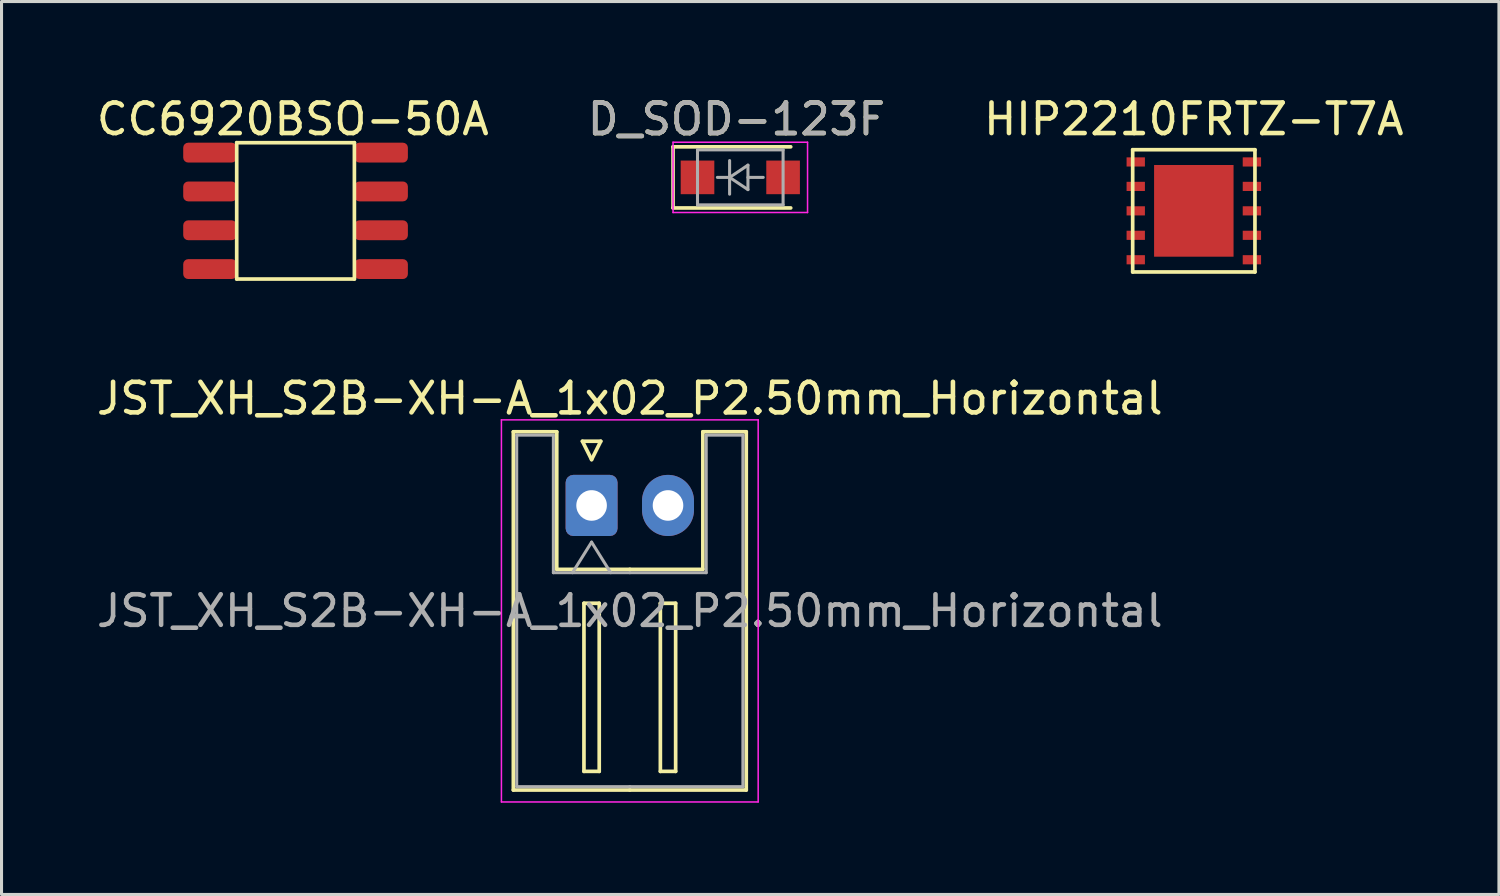
<source format=kicad_pcb>
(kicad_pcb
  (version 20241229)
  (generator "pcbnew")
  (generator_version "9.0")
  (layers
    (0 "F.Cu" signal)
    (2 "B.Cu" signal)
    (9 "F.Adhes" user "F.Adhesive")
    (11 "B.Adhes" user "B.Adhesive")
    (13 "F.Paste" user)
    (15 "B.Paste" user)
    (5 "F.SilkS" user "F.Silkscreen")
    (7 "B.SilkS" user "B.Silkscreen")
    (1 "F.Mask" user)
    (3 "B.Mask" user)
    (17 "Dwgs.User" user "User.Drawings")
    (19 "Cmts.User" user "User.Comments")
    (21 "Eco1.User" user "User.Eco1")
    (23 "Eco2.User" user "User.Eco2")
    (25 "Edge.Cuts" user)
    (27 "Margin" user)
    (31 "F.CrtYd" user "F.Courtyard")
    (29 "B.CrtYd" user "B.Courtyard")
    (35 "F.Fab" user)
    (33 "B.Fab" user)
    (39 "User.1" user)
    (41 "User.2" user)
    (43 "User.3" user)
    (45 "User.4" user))
  (footprint "JST_XH_S2B-XH-A_1x02_P2.50mm_Horizontal"
    (layer "F.Cu")
    (at 16.304 13.486)
    (property "Reference" "JST_XH_S2B-XH-A_1x02_P2.50mm_Horizontal" (at 1.25 -3.5 0) (layer "F.SilkS") (effects (font (size 1 1) (thickness 0.15))))
    (attr through_hole)
    (fp_line (start -2.56 -2.41) (end -1.14 -2.41) (stroke (width 0.12) (type solid)) (layer "F.SilkS"))
    (fp_line (start -2.56 9.31) (end -2.56 -2.41) (stroke (width 0.12) (type solid)) (layer "F.SilkS"))
    (fp_line (start -1.14 -2.41) (end -1.14 2.09) (stroke (width 0.12) (type solid)) (layer "F.SilkS"))
    (fp_line (start -1.14 2.09) (end 1.25 2.09) (stroke (width 0.12) (type solid)) (layer "F.SilkS"))
    (fp_line (start -0.3 -2.1) (end 0.3 -2.1) (stroke (width 0.12) (type solid)) (layer "F.SilkS"))
    (fp_line (start -0.25 3.2) (end -0.25 8.7) (stroke (width 0.12) (type solid)) (layer "F.SilkS"))
    (fp_line (start -0.25 8.7) (end 0.25 8.7) (stroke (width 0.12) (type solid)) (layer "F.SilkS"))
    (fp_line (start 0 -1.5) (end -0.3 -2.1) (stroke (width 0.12) (type solid)) (layer "F.SilkS"))
    (fp_line (start 0.25 3.2) (end -0.25 3.2) (stroke (width 0.12) (type solid)) (layer "F.SilkS"))
    (fp_line (start 0.25 8.7) (end 0.25 3.2) (stroke (width 0.12) (type solid)) (layer "F.SilkS"))
    (fp_line (start 0.3 -2.1) (end 0 -1.5) (stroke (width 0.12) (type solid)) (layer "F.SilkS"))
    (fp_line (start 1.25 9.31) (end -2.56 9.31) (stroke (width 0.12) (type solid)) (layer "F.SilkS"))
    (fp_line (start 1.25 9.31) (end 5.06 9.31) (stroke (width 0.12) (type solid)) (layer "F.SilkS"))
    (fp_line (start 2.25 3.2) (end 2.25 8.7) (stroke (width 0.12) (type solid)) (layer "F.SilkS"))
    (fp_line (start 2.25 8.7) (end 2.75 8.7) (stroke (width 0.12) (type solid)) (layer "F.SilkS"))
    (fp_line (start 2.75 3.2) (end 2.25 3.2) (stroke (width 0.12) (type solid)) (layer "F.SilkS"))
    (fp_line (start 2.75 8.7) (end 2.75 3.2) (stroke (width 0.12) (type solid)) (layer "F.SilkS"))
    (fp_line (start 3.64 -2.41) (end 3.64 2.09) (stroke (width 0.12) (type solid)) (layer "F.SilkS"))
    (fp_line (start 3.64 2.09) (end 1.25 2.09) (stroke (width 0.12) (type solid)) (layer "F.SilkS"))
    (fp_line (start 5.06 -2.41) (end 3.64 -2.41) (stroke (width 0.12) (type solid)) (layer "F.SilkS"))
    (fp_line (start 5.06 9.31) (end 5.06 -2.41) (stroke (width 0.12) (type solid)) (layer "F.SilkS"))
    (fp_line (start -2.95 -2.8) (end -2.95 9.7) (stroke (width 0.05) (type solid)) (layer "F.CrtYd"))
    (fp_line (start -2.95 9.7) (end 5.45 9.7) (stroke (width 0.05) (type solid)) (layer "F.CrtYd"))
    (fp_line (start 5.45 -2.8) (end -2.95 -2.8) (stroke (width 0.05) (type solid)) (layer "F.CrtYd"))
    (fp_line (start 5.45 9.7) (end 5.45 -2.8) (stroke (width 0.05) (type solid)) (layer "F.CrtYd"))
    (fp_line (start -2.45 -2.3) (end -1.25 -2.3) (stroke (width 0.1) (type solid)) (layer "F.Fab"))
    (fp_line (start -2.45 9.2) (end -2.45 -2.3) (stroke (width 0.1) (type solid)) (layer "F.Fab"))
    (fp_line (start -1.25 -2.3) (end -1.25 2.2) (stroke (width 0.1) (type solid)) (layer "F.Fab"))
    (fp_line (start -1.25 2.2) (end 1.25 2.2) (stroke (width 0.1) (type solid)) (layer "F.Fab"))
    (fp_line (start -0.625 2.2) (end 0 1.2) (stroke (width 0.1) (type solid)) (layer "F.Fab"))
    (fp_line (start 0 1.2) (end 0.625 2.2) (stroke (width 0.1) (type solid)) (layer "F.Fab"))
    (fp_line (start 1.25 9.2) (end -2.45 9.2) (stroke (width 0.1) (type solid)) (layer "F.Fab"))
    (fp_line (start 1.25 9.2) (end 4.95 9.2) (stroke (width 0.1) (type solid)) (layer "F.Fab"))
    (fp_line (start 3.75 -2.3) (end 3.75 2.2) (stroke (width 0.1) (type solid)) (layer "F.Fab"))
    (fp_line (start 3.75 2.2) (end 1.25 2.2) (stroke (width 0.1) (type solid)) (layer "F.Fab"))
    (fp_line (start 4.95 -2.3) (end 3.75 -2.3) (stroke (width 0.1) (type solid)) (layer "F.Fab"))
    (fp_line (start 4.95 9.2) (end 4.95 -2.3) (stroke (width 0.1) (type solid)) (layer "F.Fab"))
    (fp_text user "${REFERENCE}" (at 1.25 3.45 0) (layer "F.Fab") (effects (font (size 1 1) (thickness 0.15))))
    (pad "1" thru_hole roundrect (at 0 0) (size 1.7 2) (drill 1) (layers "*.Cu" "*.Mask") (roundrect_rratio 0.147))
    (pad "2" thru_hole oval (at 2.5 0) (size 1.7 2) (drill 1) (layers "*.Cu" "*.Mask")))
  (footprint "CC6920BSO-50A"
    (layer "F.Cu")
    (at 6.619 3.848)
    (property "Reference" "CC6920BSO-50A" (at -0.089 -3 180) (layer "F.SilkS") (effects (font (size 1 1) (thickness 0.15))))
    (attr smd)
    (fp_line (start -1.925 -2.23) (end -1.925 2.23) (stroke (width 0.12) (type solid)) (layer "F.SilkS"))
    (fp_line (start -1.925 -2.23) (end 1.925 -2.23) (stroke (width 0.12) (type solid)) (layer "F.SilkS"))
    (fp_line (start -1.925 2.23) (end 1.925 2.23) (stroke (width 0.12) (type solid)) (layer "F.SilkS"))
    (fp_line (start 1.925 -2.23) (end 1.925 2.23) (stroke (width 0.12) (type solid)) (layer "F.SilkS"))
    (pad "1" smd roundrect (at -2.8 -1.905) (size 1.75 0.65) (layers "F.Cu" "F.Mask" "F.Paste") (roundrect_rratio 0.25))
    (pad "2" smd roundrect (at -2.8 -0.635) (size 1.75 0.65) (layers "F.Cu" "F.Mask" "F.Paste") (roundrect_rratio 0.25))
    (pad "3" smd roundrect (at -2.8 0.635) (size 1.75 0.65) (layers "F.Cu" "F.Mask" "F.Paste") (roundrect_rratio 0.25))
    (pad "4" smd roundrect (at -2.8 1.905) (size 1.75 0.65) (layers "F.Cu" "F.Mask" "F.Paste") (roundrect_rratio 0.25))
    (pad "5" smd roundrect (at 2.8 1.905) (size 1.75 0.65) (layers "F.Cu" "F.Mask" "F.Paste") (roundrect_rratio 0.25))
    (pad "6" smd roundrect (at 2.8 0.635) (size 1.75 0.65) (layers "F.Cu" "F.Mask" "F.Paste") (roundrect_rratio 0.25))
    (pad "7" smd roundrect (at 2.8 -0.635) (size 1.75 0.65) (layers "F.Cu" "F.Mask" "F.Paste") (roundrect_rratio 0.25))
    (pad "8" smd roundrect (at 2.8 -1.905) (size 1.75 0.65) (layers "F.Cu" "F.Mask" "F.Paste") (roundrect_rratio 0.25)))
  (footprint "HIP2210FRTZ-T7A"
    (layer "F.Cu")
    (at 36.006 3.848)
    (property "Reference" "HIP2210FRTZ-T7A" (at 0 -3 180) (layer "F.SilkS") (effects (font (size 1 1) (thickness 0.15))))
    (attr smd)
    (fp_line (start -2 -2) (end -2 2) (stroke (width 0.12) (type solid)) (layer "F.SilkS"))
    (fp_line (start -2 2) (end 2 2) (stroke (width 0.12) (type solid)) (layer "F.SilkS"))
    (fp_line (start 2 -2) (end -2 -2) (stroke (width 0.12) (type solid)) (layer "F.SilkS"))
    (fp_line (start 2 -2) (end 2 2) (stroke (width 0.12) (type solid)) (layer "F.SilkS"))
    (pad "1" smd rect (at -1.9 -1.6) (size 0.6 0.3) (layers "F.Cu" "F.Mask" "F.Paste"))
    (pad "2" smd rect (at -1.9 -0.8) (size 0.6 0.3) (layers "F.Cu" "F.Mask" "F.Paste"))
    (pad "3" smd rect (at -1.9 0) (size 0.6 0.3) (layers "F.Cu" "F.Mask" "F.Paste"))
    (pad "4" smd rect (at -1.9 0.8) (size 0.6 0.3) (layers "F.Cu" "F.Mask" "F.Paste"))
    (pad "5" smd rect (at -1.9 1.6) (size 0.6 0.3) (layers "F.Cu" "F.Mask" "F.Paste"))
    (pad "6" smd rect (at 1.9 1.6) (size 0.6 0.3) (layers "F.Cu" "F.Mask" "F.Paste"))
    (pad "7" smd rect (at 1.9 0.8) (size 0.6 0.3) (layers "F.Cu" "F.Mask" "F.Paste"))
    (pad "8" smd rect (at 1.9 0) (size 0.6 0.3) (layers "F.Cu" "F.Mask" "F.Paste"))
    (pad "9" smd rect (at 1.9 -0.8) (size 0.6 0.3) (layers "F.Cu" "F.Mask" "F.Paste"))
    (pad "10" smd rect (at 1.9 -1.6) (size 0.6 0.3) (layers "F.Cu" "F.Mask" "F.Paste"))
    (pad "11" smd rect (at 0 0) (size 2.6 3) (layers "F.Cu" "F.Mask")))
  (footprint "D_SOD-123F"
    (layer "F.Cu")
    (at 21.169 2.753)
    (property "Reference" "D_SOD-123F" (at -0.127 -1.905 0) (layer "F.SilkS") (effects (font (size 1 1) (thickness 0.15))))
    (attr smd)
    (fp_line (start -2.2 -1) (end -2.2 1) (stroke (width 0.12) (type solid)) (layer "F.SilkS"))
    (fp_line (start -2.2 -1) (end 1.65 -1) (stroke (width 0.12) (type solid)) (layer "F.SilkS"))
    (fp_line (start -2.2 1) (end 1.65 1) (stroke (width 0.12) (type solid)) (layer "F.SilkS"))
    (fp_line (start -2.2 -1.15) (end -2.2 1.15) (stroke (width 0.05) (type solid)) (layer "F.CrtYd"))
    (fp_line (start -2.2 -1.15) (end 2.2 -1.15) (stroke (width 0.05) (type solid)) (layer "F.CrtYd"))
    (fp_line (start 2.2 -1.15) (end 2.2 1.15) (stroke (width 0.05) (type solid)) (layer "F.CrtYd"))
    (fp_line (start 2.2 1.15) (end -2.2 1.15) (stroke (width 0.05) (type solid)) (layer "F.CrtYd"))
    (fp_line (start -1.4 -0.9) (end 1.4 -0.9) (stroke (width 0.1) (type solid)) (layer "F.Fab"))
    (fp_line (start -1.4 0.9) (end -1.4 -0.9) (stroke (width 0.1) (type solid)) (layer "F.Fab"))
    (fp_line (start -0.75 0) (end -0.35 0) (stroke (width 0.1) (type solid)) (layer "F.Fab"))
    (fp_line (start -0.35 0) (end -0.35 -0.55) (stroke (width 0.1) (type solid)) (layer "F.Fab"))
    (fp_line (start -0.35 0) (end -0.35 0.55) (stroke (width 0.1) (type solid)) (layer "F.Fab"))
    (fp_line (start -0.35 0) (end 0.25 -0.4) (stroke (width 0.1) (type solid)) (layer "F.Fab"))
    (fp_line (start 0.25 -0.4) (end 0.25 0.4) (stroke (width 0.1) (type solid)) (layer "F.Fab"))
    (fp_line (start 0.25 0) (end 0.75 0) (stroke (width 0.1) (type solid)) (layer "F.Fab"))
    (fp_line (start 0.25 0.4) (end -0.35 0) (stroke (width 0.1) (type solid)) (layer "F.Fab"))
    (fp_line (start 1.4 -0.9) (end 1.4 0.9) (stroke (width 0.1) (type solid)) (layer "F.Fab"))
    (fp_line (start 1.4 0.9) (end -1.4 0.9) (stroke (width 0.1) (type solid)) (layer "F.Fab"))
    (fp_text user "${REFERENCE}" (at -0.127 -1.905 0) (layer "F.Fab") (effects (font (size 1 1) (thickness 0.15))))
    (pad "1" smd rect (at -1.4 0) (size 1.1 1.1) (layers "F.Cu" "F.Mask" "F.Paste"))
    (pad "2" smd rect (at 1.4 0) (size 1.1 1.1) (layers "F.Cu" "F.Mask" "F.Paste")))
  (gr_rect
    (start -3 -3)
    (end 45.988 26.212)
    (stroke (width 0.1) (type default))
    (fill no)
    (layer "Edge.Cuts")))
</source>
